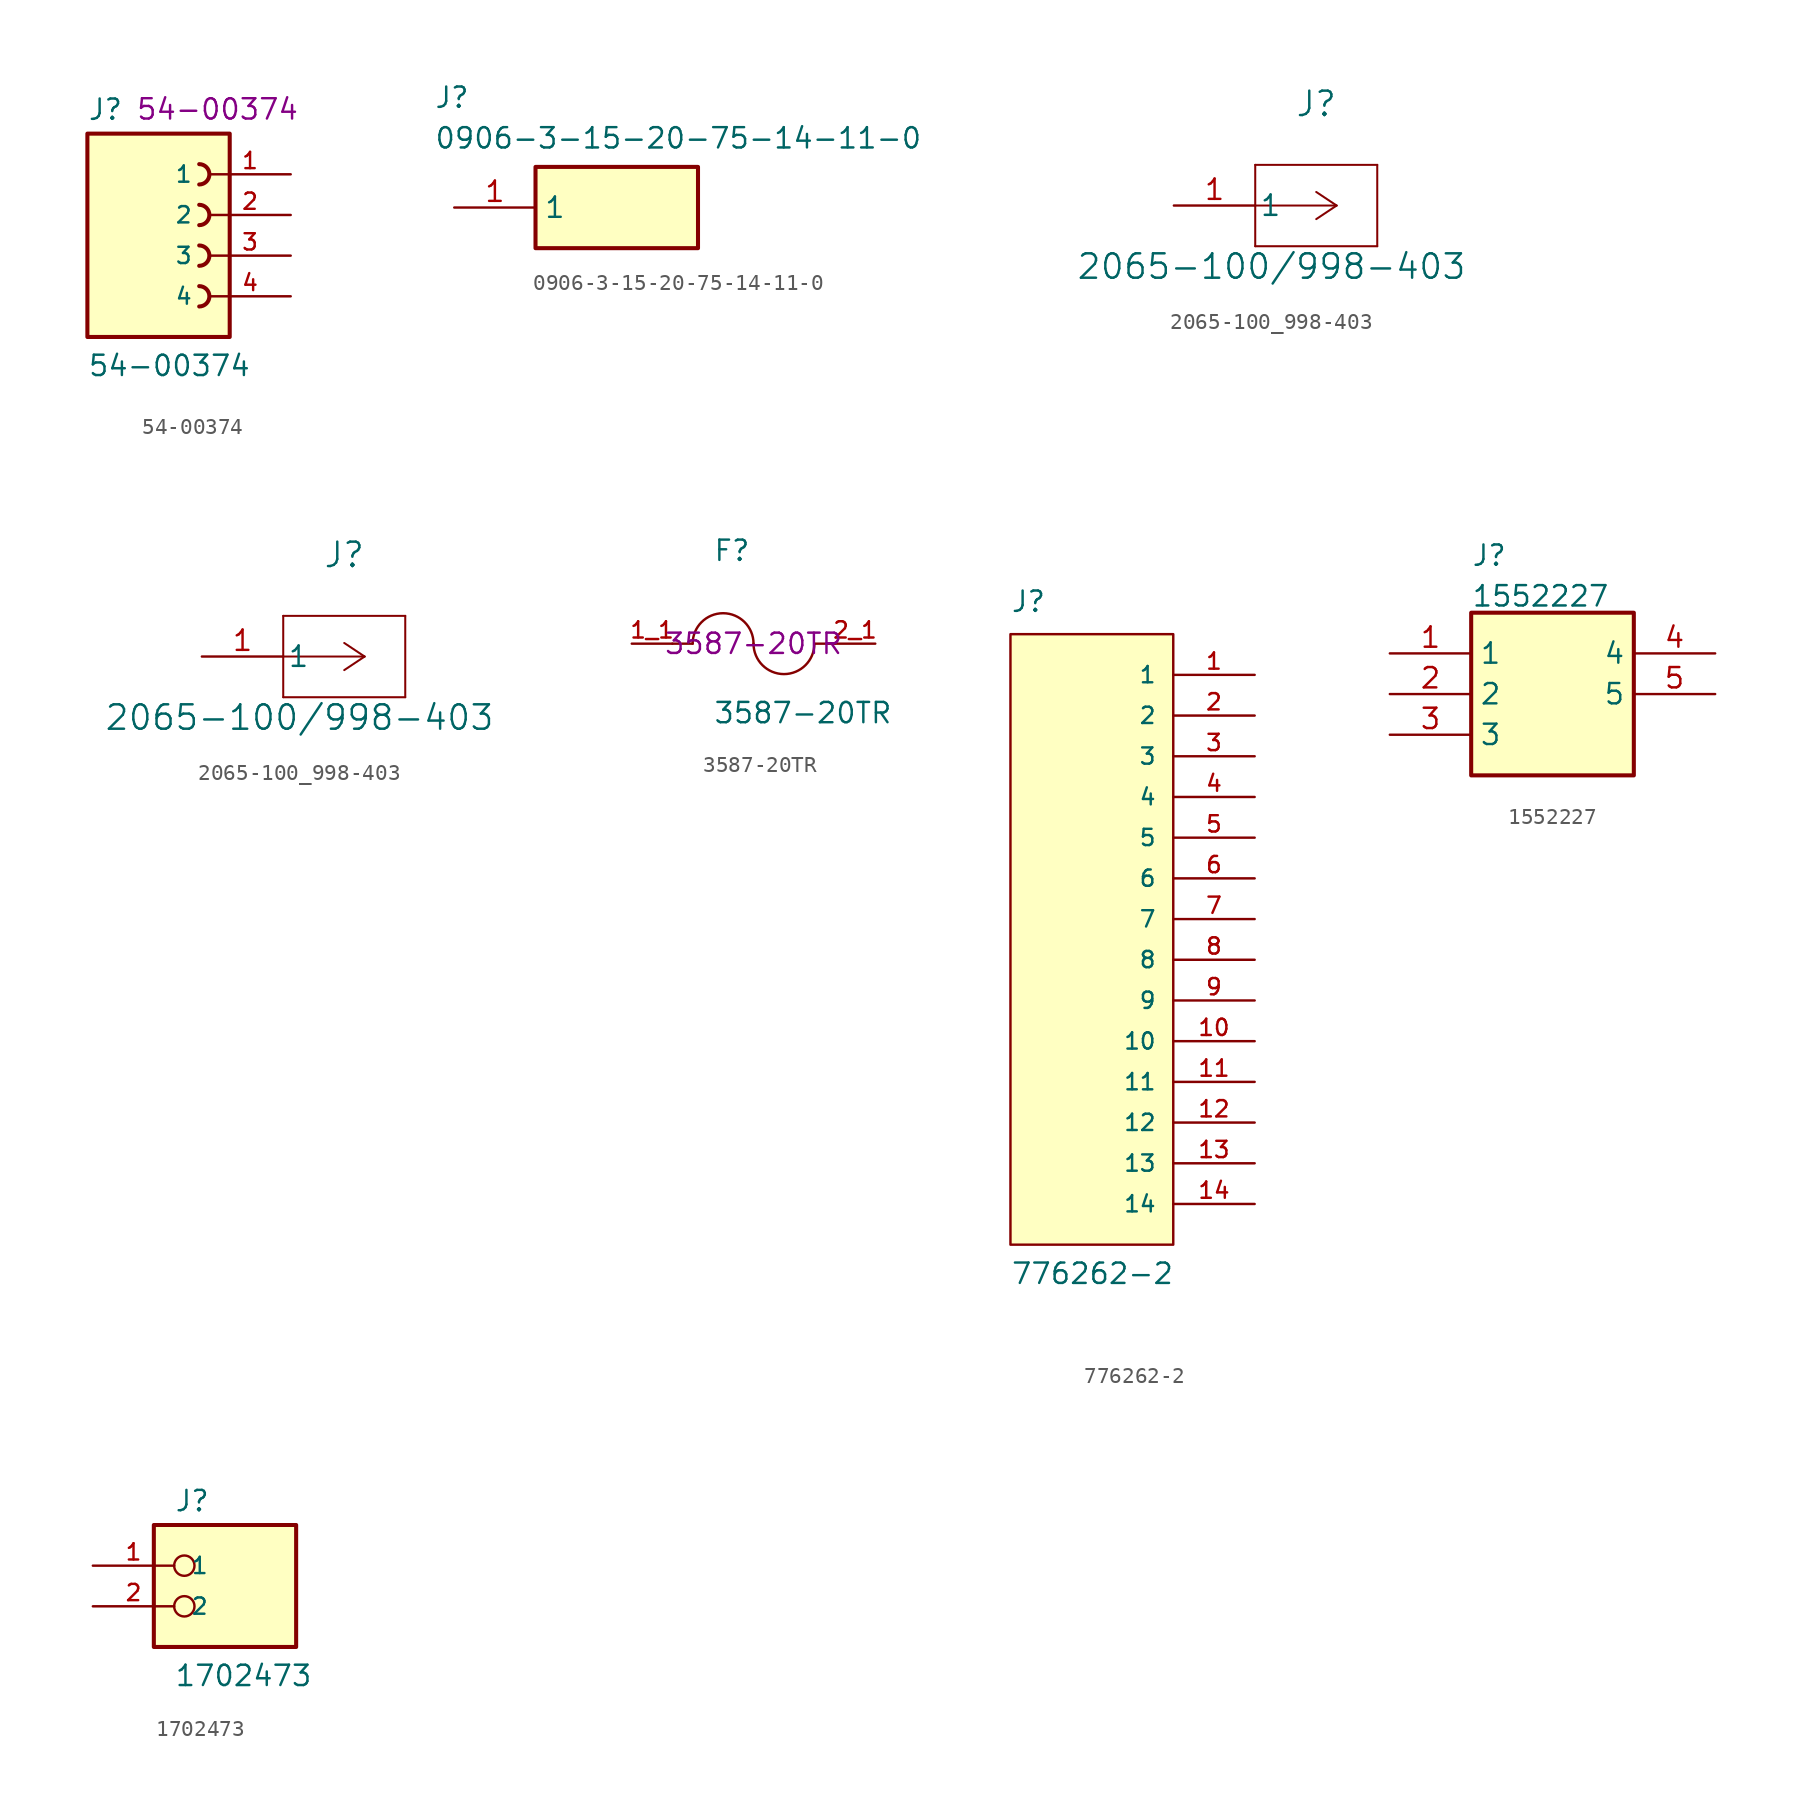
<source format=kicad_sym>
(kicad_symbol_lib
  (version 20241209)
  (generator "kicad_symbol_editor")
  (generator_version "9.0")
  (symbol "54-00374"
    (pin_names
      (offset 1.016))
    (property "Reference" "J"
      (at -5.08 5.842 0)
      (effects (font (size 1.27 1.27)) (justify left bottom)))
    (property "Value" "54-00374"
      (at -5.08 -10.16 0)
      (effects (font (size 1.27 1.27)) (justify left bottom)))
    (property "ManufacturerPartNumber" "54-00374"
      (at 3.048 6.604 0)
      (effects (font (size 1.27 1.27))))
    (symbol "54-00374_0_0"
      (rectangle (start -5.08 -7.62) (end 3.81 5.08) (stroke (width 0.254) (type default)) (fill (type background)))
      (arc (start 1.905 3.175) (mid 2.537 2.54) (end 1.905 1.905) (stroke (width 0.254) (type default)) (fill (type none)))
      (arc (start 1.905 0.635) (mid 2.537 0) (end 1.905 -0.635) (stroke (width 0.254) (type default)) (fill (type none)))
      (arc (start 1.905 -1.905) (mid 2.537 -2.54) (end 1.905 -3.175) (stroke (width 0.254) (type default)) (fill (type none)))
      (arc (start 1.905 -4.445) (mid 2.537 -5.08) (end 1.905 -5.715) (stroke (width 0.254) (type default)) (fill (type none)))
      (pin passive line (at 7.62 2.54 180) (length 5.08) (name "1" (effects (font (size 1.016 1.016)))) (number "1" (effects (font (size 1.016 1.016)))))
      (pin passive line (at 7.62 0 180) (length 5.08) (name "2" (effects (font (size 1.016 1.016)))) (number "2" (effects (font (size 1.016 1.016)))))
      (pin passive line (at 7.62 -2.54 180) (length 5.08) (name "3" (effects (font (size 1.016 1.016)))) (number "3" (effects (font (size 1.016 1.016)))))
      (pin passive line (at 7.62 -5.08 180) (length 5.08) (name "4" (effects (font (size 1.016 1.016)))) (number "4" (effects (font (size 1.016 1.016)))))))
  (symbol "0906-3-15-20-75-14-11-0"
    (property "Reference" "J"
      (at -1.27 7.62 0)
      (effects (font (size 1.27 1.27)) (justify left top)))
    (property "Value" "0906-3-15-20-75-14-11-0"
      (at -1.27 5.08 0)
      (effects (font (size 1.27 1.27)) (justify left top)))
    (symbol "0906-3-15-20-75-14-11-0_1_1"
      (rectangle (start 5.08 2.54) (end 15.24 -2.54) (stroke (width 0.254) (type default)) (fill (type background)))
      (pin passive line (at 0 0 0) (length 5.08) (name "1" (effects (font (size 1.27 1.27)))) (number "1" (effects (font (size 1.27 1.27)))))))
  (symbol "2065-100_998-403"
    (pin_names
      (offset 0.254))
    (property "Reference" "J"
      (at 8.89 6.35 0)
      (effects (font (size 1.524 1.524))))
    (property "Value" "2065-100/998-403"
      (at 6.096 -3.81 0)
      (effects (font (size 1.524 1.524))))
    (symbol "2065-100_998-403_1_1"
      (polyline (pts (xy 5.08 2.54) (xy 5.08 -2.54)) (stroke (width 0.127) (type default)) (fill (type none)))
      (polyline (pts (xy 5.08 -2.54) (xy 12.7 -2.54)) (stroke (width 0.127) (type default)) (fill (type none)))
      (polyline (pts (xy 10.16 0) (xy 5.08 0)) (stroke (width 0.127) (type default)) (fill (type none)))
      (polyline (pts (xy 10.16 0) (xy 8.89 0.847)) (stroke (width 0.127) (type default)) (fill (type none)))
      (polyline (pts (xy 10.16 0) (xy 8.89 -0.847)) (stroke (width 0.127) (type default)) (fill (type none)))
      (polyline (pts (xy 12.7 2.54) (xy 5.08 2.54)) (stroke (width 0.127) (type default)) (fill (type none)))
      (polyline (pts (xy 12.7 -2.54) (xy 12.7 2.54)) (stroke (width 0.127) (type default)) (fill (type none)))
      (pin unspecified line (at 0 0 0) (length 5.08) (name "1" (effects (font (size 1.27 1.27)))) (number "1" (effects (font (size 1.27 1.27))))))
    (symbol "2065-100_998-403_1_2"
      (polyline (pts (xy 5.08 2.54) (xy 5.08 -2.54)) (stroke (width 0.127) (type default)) (fill (type none)))
      (polyline (pts (xy 5.08 -2.54) (xy 12.7 -2.54)) (stroke (width 0.127) (type default)) (fill (type none)))
      (polyline (pts (xy 10.16 0) (xy 5.08 0)) (stroke (width 0.127) (type default)) (fill (type none)))
      (polyline (pts (xy 10.16 0) (xy 8.89 0.847)) (stroke (width 0.127) (type default)) (fill (type none)))
      (polyline (pts (xy 10.16 0) (xy 8.89 -0.847)) (stroke (width 0.127) (type default)) (fill (type none)))
      (polyline (pts (xy 12.7 2.54) (xy 5.08 2.54)) (stroke (width 0.127) (type default)) (fill (type none)))
      (polyline (pts (xy 12.7 -2.54) (xy 12.7 2.54)) (stroke (width 0.127) (type default)) (fill (type none)))
      (pin unspecified line (at 0 0 0) (length 5.08) (name "1" (effects (font (size 1.27 1.27)))) (number "1" (effects (font (size 1.27 1.27)))))))
  (symbol "3587-20TR"
    (pin_names
      (offset 1.016))
    (property "Reference" "F"
      (at -2.54 5.08 0)
      (effects (font (size 1.27 1.27)) (justify left bottom)))
    (property "Value" "3587-20TR"
      (at -2.54 -5.08 0)
      (effects (font (size 1.27 1.27)) (justify left bottom)))
    (property "ManufacturerPartNumber" "3587-20TR"
      (at 0 0 0)
      (effects (font (size 1.27 1.27))))
    (symbol "3587-20TR_0_0"
      (polyline (pts (xy -5.08 0) (xy -3.81 0)) (stroke (width 0.152) (type default)) (fill (type none)))
      (arc (start -3.81 0) (mid -1.905 1.8967) (end 0 0) (stroke (width 0.1524) (type default)) (fill (type none)))
      (arc (start 3.81 0) (mid 1.905 -1.8967) (end 0 0) (stroke (width 0.1524) (type default)) (fill (type none)))
      (polyline (pts (xy 5.08 0) (xy 3.81 0)) (stroke (width 0.152) (type default)) (fill (type none)))
      (pin passive line (at -7.62 0 0) (length 2.54) (name "~" (effects (font (size 1.016 1.016)))) (number "1_1" (effects (font (size 1.016 1.016)))))
      (pin passive line (at 7.62 0 180) (length 2.54) (name "~" (effects (font (size 1.016 1.016)))) (number "2_1" (effects (font (size 1.016 1.016)))))))
  (symbol "776262-2"
    (pin_names
      (offset 1.016))
    (property "Reference" "J"
      (at -5.086 19.071 0)
      (effects (font (size 1.27 1.27)) (justify left bottom)))
    (property "Value" "776262-2"
      (at -5.082 -22.868 0)
      (effects (font (size 1.27 1.27)) (justify left bottom)))
    (symbol "776262-2_0_0"
      (rectangle (start -5.08 -20.32) (end 5.08 17.78) (stroke (width 0.152) (type default)) (fill (type background)))
      (pin passive line (at 10.16 15.24 180) (length 5.08) (name "1" (effects (font (size 1.016 1.016)))) (number "1" (effects (font (size 1.016 1.016)))))
      (pin passive line (at 10.16 12.7 180) (length 5.08) (name "2" (effects (font (size 1.016 1.016)))) (number "2" (effects (font (size 1.016 1.016)))))
      (pin passive line (at 10.16 10.16 180) (length 5.08) (name "3" (effects (font (size 1.016 1.016)))) (number "3" (effects (font (size 1.016 1.016)))))
      (pin passive line (at 10.16 7.62 180) (length 5.08) (name "4" (effects (font (size 1.016 1.016)))) (number "4" (effects (font (size 1.016 1.016)))))
      (pin passive line (at 10.16 5.08 180) (length 5.08) (name "5" (effects (font (size 1.016 1.016)))) (number "5" (effects (font (size 1.016 1.016)))))
      (pin passive line (at 10.16 2.54 180) (length 5.08) (name "6" (effects (font (size 1.016 1.016)))) (number "6" (effects (font (size 1.016 1.016)))))
      (pin passive line (at 10.16 0 180) (length 5.08) (name "7" (effects (font (size 1.016 1.016)))) (number "7" (effects (font (size 1.016 1.016)))))
      (pin passive line (at 10.16 -2.54 180) (length 5.08) (name "8" (effects (font (size 1.016 1.016)))) (number "8" (effects (font (size 1.016 1.016)))))
      (pin passive line (at 10.16 -5.08 180) (length 5.08) (name "9" (effects (font (size 1.016 1.016)))) (number "9" (effects (font (size 1.016 1.016)))))
      (pin passive line (at 10.16 -7.62 180) (length 5.08) (name "10" (effects (font (size 1.016 1.016)))) (number "10" (effects (font (size 1.016 1.016)))))
      (pin passive line (at 10.16 -10.16 180) (length 5.08) (name "11" (effects (font (size 1.016 1.016)))) (number "11" (effects (font (size 1.016 1.016)))))
      (pin passive line (at 10.16 -12.7 180) (length 5.08) (name "12" (effects (font (size 1.016 1.016)))) (number "12" (effects (font (size 1.016 1.016)))))
      (pin passive line (at 10.16 -15.24 180) (length 5.08) (name "13" (effects (font (size 1.016 1.016)))) (number "13" (effects (font (size 1.016 1.016)))))
      (pin passive line (at 10.16 -17.78 180) (length 5.08) (name "14" (effects (font (size 1.016 1.016)))) (number "14" (effects (font (size 1.016 1.016)))))))
  (symbol "1552227"
    (property "Reference" "J"
      (at 5.08 6.858 0)
      (effects (font (size 1.27 1.27)) (justify left top)))
    (property "Value" "1552227"
      (at 5.08 4.318 0)
      (effects (font (size 1.27 1.27)) (justify left top)))
    (symbol "1552227_1_1"
      (rectangle (start 5.08 2.54) (end 15.24 -7.62) (stroke (width 0.254) (type default)) (fill (type background)))
      (pin passive line (at 0 0 0) (length 5.08) (name "1" (effects (font (size 1.27 1.27)))) (number "1" (effects (font (size 1.27 1.27)))))
      (pin passive line (at 0 -2.54 0) (length 5.08) (name "2" (effects (font (size 1.27 1.27)))) (number "2" (effects (font (size 1.27 1.27)))))
      (pin passive line (at 0 -5.08 0) (length 5.08) (name "3" (effects (font (size 1.27 1.27)))) (number "3" (effects (font (size 1.27 1.27)))))
      (pin passive line (at 20.32 0 180) (length 5.08) (name "4" (effects (font (size 1.27 1.27)))) (number "4" (effects (font (size 1.27 1.27)))))
      (pin passive line (at 20.32 -2.54 180) (length 5.08) (name "5" (effects (font (size 1.27 1.27)))) (number "5" (effects (font (size 1.27 1.27)))))))
  (symbol "1702473"
    (pin_names
      (offset 1.016))
    (property "Reference" "J"
      (at -2.54 3.302 0)
      (effects (font (size 1.27 1.27)) (justify left bottom)))
    (property "Value" "1702473"
      (at -2.54 -7.62 0)
      (effects (font (size 1.27 1.27)) (justify left bottom)))
    (symbol "1702473_0_0"
      (rectangle (start -3.81 -5.08) (end 5.08 2.54) (stroke (width 0.254) (type default)) (fill (type background)))
      (circle (center -1.905 0) (radius 0.635) (stroke (width 0.152) (type default)) (fill (type none)))
      (circle (center -1.905 -2.54) (radius 0.635) (stroke (width 0.152) (type default)) (fill (type none)))
      (pin passive line (at -7.62 0 0) (length 5.08) (name "1" (effects (font (size 1.016 1.016)))) (number "1" (effects (font (size 1.016 1.016)))))
      (pin passive line (at -7.62 -2.54 0) (length 5.08) (name "2" (effects (font (size 1.016 1.016)))) (number "2" (effects (font (size 1.016 1.016))))))))
</source>
